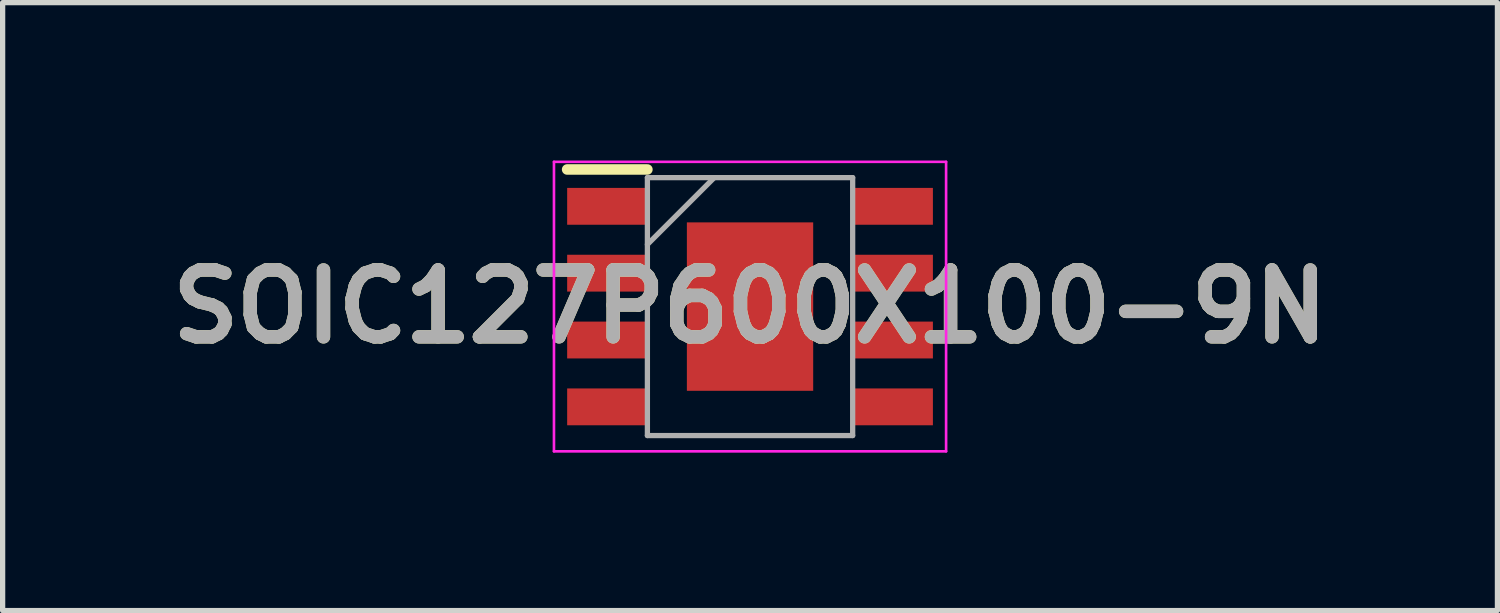
<source format=kicad_pcb>
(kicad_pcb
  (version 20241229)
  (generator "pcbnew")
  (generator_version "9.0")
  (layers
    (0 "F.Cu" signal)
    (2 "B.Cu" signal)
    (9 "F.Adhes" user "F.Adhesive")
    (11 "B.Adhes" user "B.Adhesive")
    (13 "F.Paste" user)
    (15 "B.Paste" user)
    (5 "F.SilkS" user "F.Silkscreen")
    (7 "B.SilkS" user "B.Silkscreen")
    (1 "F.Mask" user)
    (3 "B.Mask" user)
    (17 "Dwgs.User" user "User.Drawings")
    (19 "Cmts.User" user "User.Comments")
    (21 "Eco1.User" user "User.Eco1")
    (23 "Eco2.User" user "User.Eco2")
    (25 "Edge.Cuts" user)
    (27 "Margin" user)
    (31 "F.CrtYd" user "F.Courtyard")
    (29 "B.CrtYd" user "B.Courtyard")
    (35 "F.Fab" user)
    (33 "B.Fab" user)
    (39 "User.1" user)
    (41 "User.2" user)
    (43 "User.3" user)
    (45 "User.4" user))
  (footprint "SOIC127P600X100-9N"
    (layer "F.Cu")
    (at 11.2 2.775)
    (property "Reference" "SOIC127P600X100-9N" (at 0 0 0) (layer "F.SilkS") (effects (font (size 1.27 1.27) (thickness 0.254))))
    (attr smd)
    (fp_line (start -3.475 -2.605) (end -1.95 -2.605) (stroke (width 0.2) (type solid)) (layer "F.SilkS"))
    (fp_line (start -3.725 -2.75) (end 3.725 -2.75) (stroke (width 0.05) (type solid)) (layer "F.CrtYd"))
    (fp_line (start -3.725 2.75) (end -3.725 -2.75) (stroke (width 0.05) (type solid)) (layer "F.CrtYd"))
    (fp_line (start 3.725 -2.75) (end 3.725 2.75) (stroke (width 0.05) (type solid)) (layer "F.CrtYd"))
    (fp_line (start 3.725 2.75) (end -3.725 2.75) (stroke (width 0.05) (type solid)) (layer "F.CrtYd"))
    (fp_line (start -1.95 -2.45) (end 1.95 -2.45) (stroke (width 0.1) (type solid)) (layer "F.Fab"))
    (fp_line (start -1.95 -1.18) (end -0.68 -2.45) (stroke (width 0.1) (type solid)) (layer "F.Fab"))
    (fp_line (start -1.95 2.45) (end -1.95 -2.45) (stroke (width 0.1) (type solid)) (layer "F.Fab"))
    (fp_line (start 1.95 -2.45) (end 1.95 2.45) (stroke (width 0.1) (type solid)) (layer "F.Fab"))
    (fp_line (start 1.95 2.45) (end -1.95 2.45) (stroke (width 0.1) (type solid)) (layer "F.Fab"))
    (fp_text user "${REFERENCE}" (at 0 0 0) (layer "F.Fab") (effects (font (size 1.27 1.27) (thickness 0.254))))
    (pad "1" smd rect (at -2.712 -1.905 90) (size 0.7 1.525) (layers "F.Cu" "F.Mask" "F.Paste"))
    (pad "2" smd rect (at -2.712 -0.635 90) (size 0.7 1.525) (layers "F.Cu" "F.Mask" "F.Paste"))
    (pad "3" smd rect (at -2.712 0.635 90) (size 0.7 1.525) (layers "F.Cu" "F.Mask" "F.Paste"))
    (pad "4" smd rect (at -2.712 1.905 90) (size 0.7 1.525) (layers "F.Cu" "F.Mask" "F.Paste"))
    (pad "5" smd rect (at 2.712 1.905 90) (size 0.7 1.525) (layers "F.Cu" "F.Mask" "F.Paste"))
    (pad "6" smd rect (at 2.712 0.635 90) (size 0.7 1.525) (layers "F.Cu" "F.Mask" "F.Paste"))
    (pad "7" smd rect (at 2.712 -0.635 90) (size 0.7 1.525) (layers "F.Cu" "F.Mask" "F.Paste"))
    (pad "8" smd rect (at 2.712 -1.905 90) (size 0.7 1.525) (layers "F.Cu" "F.Mask" "F.Paste"))
    (pad "9" smd rect (at 0 0) (size 2.4 3.2) (layers "F.Cu" "F.Mask" "F.Paste")))
  (gr_rect
    (start -3 -3)
    (end 25.4 8.55)
    (stroke (width 0.1) (type default))
    (fill no)
    (layer "Edge.Cuts")))
</source>
